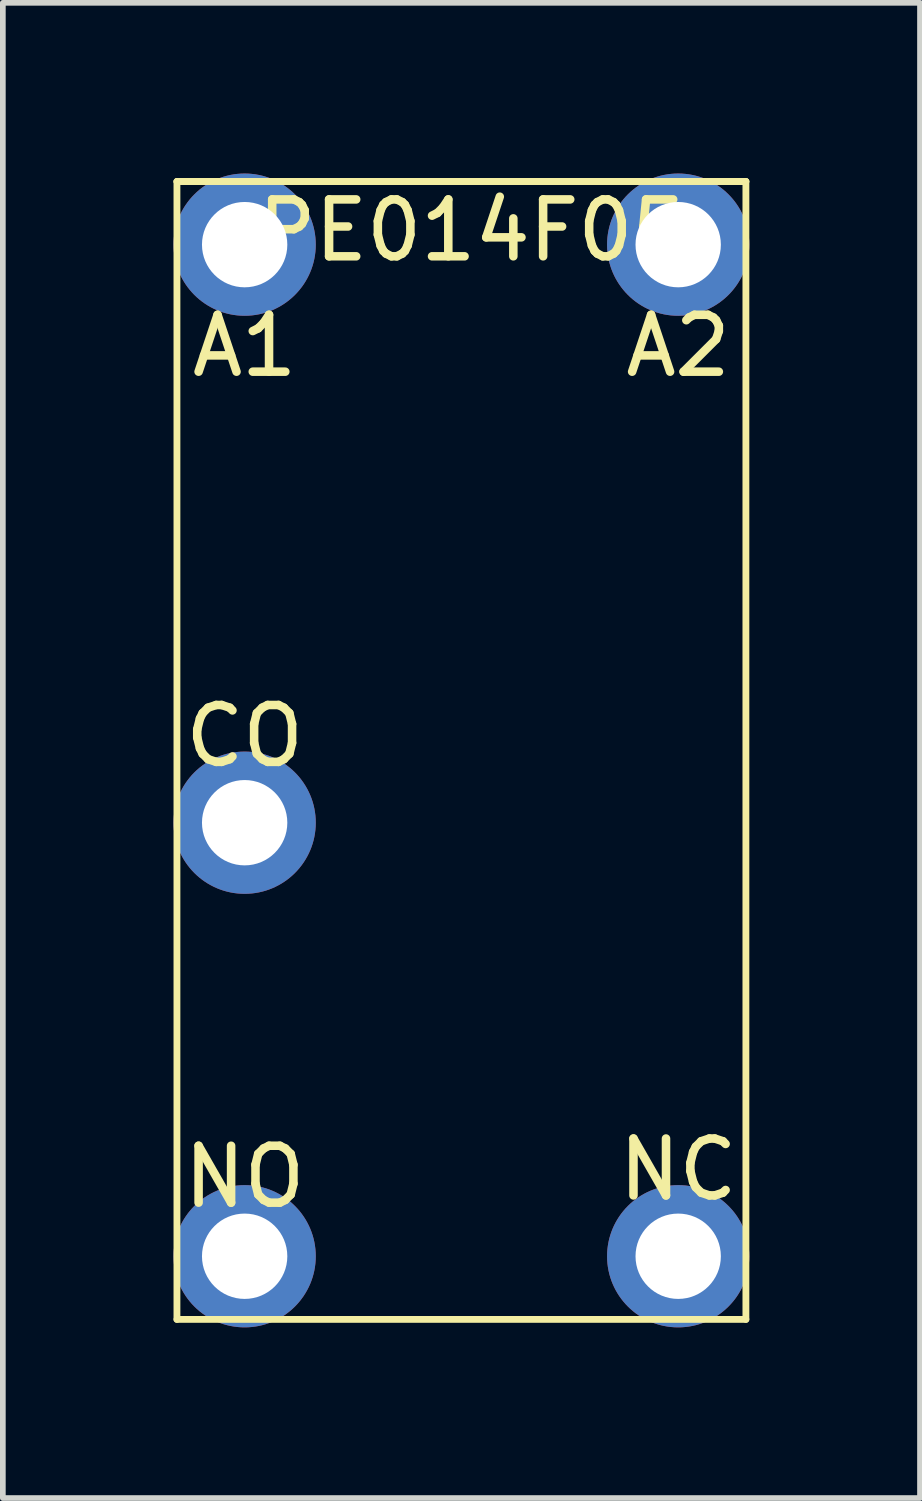
<source format=kicad_pcb>
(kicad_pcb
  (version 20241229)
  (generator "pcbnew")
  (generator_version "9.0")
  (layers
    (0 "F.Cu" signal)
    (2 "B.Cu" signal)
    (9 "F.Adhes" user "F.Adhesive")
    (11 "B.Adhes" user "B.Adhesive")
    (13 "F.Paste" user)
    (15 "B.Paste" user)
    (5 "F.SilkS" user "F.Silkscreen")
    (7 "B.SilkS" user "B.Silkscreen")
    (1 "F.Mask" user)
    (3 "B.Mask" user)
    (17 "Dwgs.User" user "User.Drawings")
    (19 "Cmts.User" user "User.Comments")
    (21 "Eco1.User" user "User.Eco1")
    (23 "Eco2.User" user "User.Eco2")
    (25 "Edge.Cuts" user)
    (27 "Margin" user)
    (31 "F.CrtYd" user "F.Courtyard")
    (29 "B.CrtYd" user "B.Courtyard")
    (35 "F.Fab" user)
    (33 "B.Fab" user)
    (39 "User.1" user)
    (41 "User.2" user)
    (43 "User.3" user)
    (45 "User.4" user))
  (footprint "PE014F05"
    (layer "F.Cu")
    (at 1.25 19.03)
    (property "Reference" "PE014F05" (at 4.008 -18.03 0) (layer "F.SilkS") (effects (font (size 1 1) (thickness 0.15))))
    (attr through_hole)
    (fp_line (start -1.19 -18.89) (end 8.81 -18.89) (stroke (width 0.12) (type solid)) (layer "F.SilkS"))
    (fp_line (start -1.19 1.11) (end -1.19 -18.89) (stroke (width 0.12) (type solid)) (layer "F.SilkS"))
    (fp_line (start 8.81 -18.89) (end -1.19 -18.89) (stroke (width 0.12) (type solid)) (layer "F.SilkS"))
    (fp_line (start 8.81 -18.89) (end 8.81 1.11) (stroke (width 0.12) (type solid)) (layer "F.SilkS"))
    (fp_line (start 8.81 1.11) (end -1.19 1.11) (stroke (width 0.12) (type solid)) (layer "F.SilkS"))
    (fp_text user "NC" (at 7.62 -1.524 0) (layer "F.SilkS") (effects (font (size 1 1) (thickness 0.15))))
    (fp_text user "A2" (at 7.62 -16.002 0) (layer "F.SilkS") (effects (font (size 1 1) (thickness 0.15))))
    (fp_text user "NO" (at 0 -1.397 0) (layer "F.SilkS") (effects (font (size 1 1) (thickness 0.15))))
    (fp_text user "CO" (at 0 -9.144 0) (layer "F.SilkS") (effects (font (size 1 1) (thickness 0.15))))
    (fp_text user "A1" (at 0 -16.002 0) (layer "F.SilkS") (effects (font (size 1 1) (thickness 0.15))))
    (pad "1" thru_hole circle (at 7.62 0) (size 2.5 2.5) (drill 1.5) (layers "*.Cu" "*.Mask"))
    (pad "2" thru_hole circle (at 7.62 -17.78) (size 2.5 2.5) (drill 1.5) (layers "*.Cu" "*.Mask"))
    (pad "6" thru_hole circle (at 0 -17.78) (size 2.5 2.5) (drill 1.5) (layers "*.Cu" "*.Mask"))
    (pad "7" thru_hole circle (at 0 -7.62) (size 2.5 2.5) (drill 1.5) (layers "*.Cu" "*.Mask"))
    (pad "14" thru_hole circle (at 0 0) (size 2.5 2.5) (drill 1.5) (layers "*.Cu" "*.Mask")))
  (gr_rect
    (start -3 -3)
    (end 13.12 23.28)
    (stroke (width 0.1) (type default))
    (fill no)
    (layer "Edge.Cuts")))
</source>
